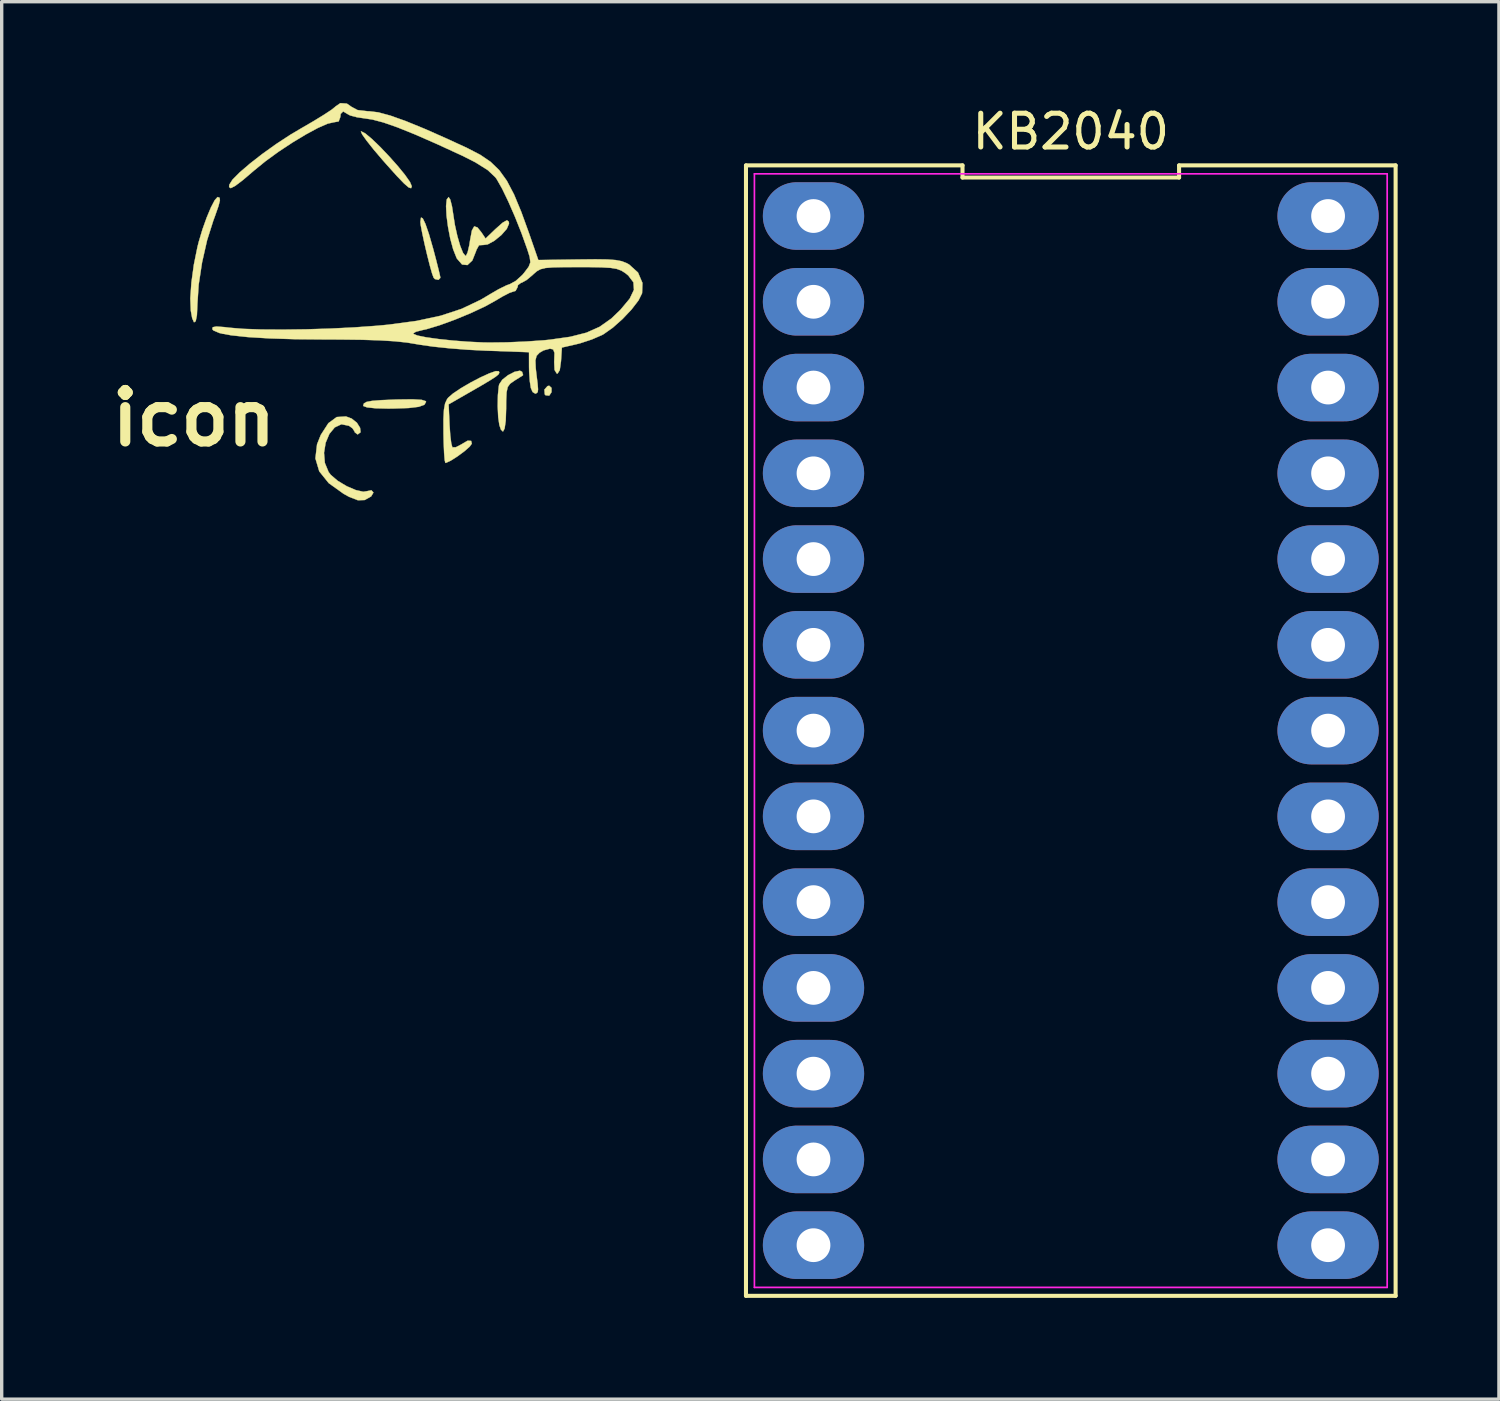
<source format=kicad_pcb>
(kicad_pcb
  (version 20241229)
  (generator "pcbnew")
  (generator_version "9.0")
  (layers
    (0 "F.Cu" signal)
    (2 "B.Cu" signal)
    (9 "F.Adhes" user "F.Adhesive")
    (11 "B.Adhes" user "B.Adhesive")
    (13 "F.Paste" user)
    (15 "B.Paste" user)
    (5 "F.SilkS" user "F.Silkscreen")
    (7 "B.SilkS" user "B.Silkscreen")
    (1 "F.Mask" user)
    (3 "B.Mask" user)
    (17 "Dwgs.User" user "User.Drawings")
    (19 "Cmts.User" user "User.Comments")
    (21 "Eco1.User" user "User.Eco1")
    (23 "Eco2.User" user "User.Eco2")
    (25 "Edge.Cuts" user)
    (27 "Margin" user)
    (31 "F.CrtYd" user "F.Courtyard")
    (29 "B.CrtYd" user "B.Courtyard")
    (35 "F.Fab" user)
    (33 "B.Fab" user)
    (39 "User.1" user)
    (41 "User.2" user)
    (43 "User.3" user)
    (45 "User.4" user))
  (footprint "KB2040"
    (layer "F.Cu")
    (at 28.663 18.588)
    (property "Reference" "KB2040" (at 0 -17.74 0) (layer "F.SilkS") (effects (font (size 1 1) (thickness 0.15))))
    (attr through_hole)
    (fp_line (start -9.62 16.74) (end 9.62 16.74) (stroke (width 0.12) (type solid)) (layer "F.SilkS"))
    (fp_line (start -9.62 -16.74) (end -9.62 16.74) (stroke (width 0.12) (type solid)) (layer "F.SilkS"))
    (fp_line (start -3.207 -16.74) (end -9.62 -16.74) (stroke (width 0.12) (type solid)) (layer "F.SilkS"))
    (fp_line (start -3.207 -16.38) (end -3.207 -16.74) (stroke (width 0.12) (type solid)) (layer "F.SilkS"))
    (fp_line (start 3.207 -16.74) (end 3.207 -16.38) (stroke (width 0.12) (type solid)) (layer "F.SilkS"))
    (fp_line (start 3.207 -16.38) (end -3.207 -16.38) (stroke (width 0.12) (type solid)) (layer "F.SilkS"))
    (fp_line (start 9.62 16.74) (end 9.62 -16.74) (stroke (width 0.12) (type solid)) (layer "F.SilkS"))
    (fp_line (start 9.62 -16.74) (end 3.207 -16.74) (stroke (width 0.12) (type solid)) (layer "F.SilkS"))
    (fp_line (start -9.37 -16.49) (end 9.37 -16.49) (stroke (width 0.05) (type solid)) (layer "F.CrtYd"))
    (fp_line (start -9.37 16.49) (end -9.37 -16.49) (stroke (width 0.05) (type solid)) (layer "F.CrtYd"))
    (fp_line (start 9.37 -16.49) (end 9.37 16.49) (stroke (width 0.05) (type solid)) (layer "F.CrtYd"))
    (fp_line (start 9.37 16.49) (end -9.37 16.49) (stroke (width 0.05) (type solid)) (layer "F.CrtYd"))
    (pad "1" thru_hole oval (at -7.62 -15.24 270) (size 2 3) (drill 1) (layers "*.Cu" "*.Mask"))
    (pad "2" thru_hole oval (at -7.62 -12.7 270) (size 2 3) (drill 1) (layers "*.Cu" "*.Mask"))
    (pad "3" thru_hole oval (at -7.62 -10.16 270) (size 2 3) (drill 1) (layers "*.Cu" "*.Mask"))
    (pad "4" thru_hole oval (at -7.62 -7.62 270) (size 2 3) (drill 1) (layers "*.Cu" "*.Mask"))
    (pad "5" thru_hole oval (at -7.62 -5.08 270) (size 2 3) (drill 1) (layers "*.Cu" "*.Mask"))
    (pad "6" thru_hole oval (at -7.62 -2.54 270) (size 2 3) (drill 1) (layers "*.Cu" "*.Mask"))
    (pad "7" thru_hole oval (at -7.62 0 270) (size 2 3) (drill 1) (layers "*.Cu" "*.Mask"))
    (pad "8" thru_hole oval (at -7.62 2.54 270) (size 2 3) (drill 1) (layers "*.Cu" "*.Mask"))
    (pad "9" thru_hole oval (at -7.62 5.08 270) (size 2 3) (drill 1) (layers "*.Cu" "*.Mask"))
    (pad "10" thru_hole oval (at -7.62 7.62 270) (size 2 3) (drill 1) (layers "*.Cu" "*.Mask"))
    (pad "11" thru_hole oval (at -7.62 10.16 270) (size 2 3) (drill 1) (layers "*.Cu" "*.Mask"))
    (pad "12" thru_hole oval (at -7.62 12.7 270) (size 2 3) (drill 1) (layers "*.Cu" "*.Mask"))
    (pad "13" thru_hole oval (at -7.62 15.24 270) (size 2 3) (drill 1) (layers "*.Cu" "*.Mask"))
    (pad "14" thru_hole oval (at 7.62 -15.24 270) (size 2 3) (drill 1) (layers "*.Cu" "*.Mask"))
    (pad "15" thru_hole oval (at 7.62 -12.7 270) (size 2 3) (drill 1) (layers "*.Cu" "*.Mask"))
    (pad "16" thru_hole oval (at 7.62 -10.16 270) (size 2 3) (drill 1) (layers "*.Cu" "*.Mask"))
    (pad "17" thru_hole oval (at 7.62 -7.62 270) (size 2 3) (drill 1) (layers "*.Cu" "*.Mask"))
    (pad "18" thru_hole oval (at 7.62 -5.08 270) (size 2 3) (drill 1) (layers "*.Cu" "*.Mask"))
    (pad "19" thru_hole oval (at 7.62 -2.54 270) (size 2 3) (drill 1) (layers "*.Cu" "*.Mask"))
    (pad "20" thru_hole oval (at 7.62 0 270) (size 2 3) (drill 1) (layers "*.Cu" "*.Mask"))
    (pad "21" thru_hole oval (at 7.62 2.54 270) (size 2 3) (drill 1) (layers "*.Cu" "*.Mask"))
    (pad "22" thru_hole oval (at 7.62 5.08 270) (size 2 3) (drill 1) (layers "*.Cu" "*.Mask"))
    (pad "23" thru_hole oval (at 7.62 7.62 270) (size 2 3) (drill 1) (layers "*.Cu" "*.Mask"))
    (pad "24" thru_hole oval (at 7.62 10.16 270) (size 2 3) (drill 1) (layers "*.Cu" "*.Mask"))
    (pad "25" thru_hole oval (at 7.62 12.7 270) (size 2 3) (drill 1) (layers "*.Cu" "*.Mask"))
    (pad "26" thru_hole oval (at 7.62 15.24 270) (size 2 3) (drill 1) (layers "*.Cu" "*.Mask")))
  (footprint "icon"
    (layer "F.Cu")
    (at 8.892 6.935)
    (property "Reference" "icon" (at -6.2 2.4 0) (layer "F.SilkS") (effects (font (size 1.524 1.524) (thickness 0.3))))
    (attr through_hole)
    (fp_poly (pts (xy 4.392 1.502) (xy 4.392 1.629) (xy 4.324 1.732) (xy 4.215 1.721) (xy 4.192 1.695) (xy 4.181 1.554) (xy 4.273 1.45) (xy 4.323 1.439) (xy 4.392 1.502)) (stroke (width 0.01) (type solid)) (fill yes) (layer "F.SilkS"))
    (fp_poly (pts (xy -1.126 -6.035) (xy -0.929 -5.871) (xy -0.684 -5.635) (xy -0.421 -5.359) (xy -0.167 -5.074) (xy 0.05 -4.809) (xy 0.199 -4.597) (xy 0.254 -4.468) (xy 0.233 -4.411) (xy 0.161 -4.434) (xy 0.026 -4.55) (xy -0.186 -4.77) (xy -0.488 -5.106) (xy -0.614 -5.249) (xy -0.878 -5.559) (xy -1.083 -5.818) (xy -1.215 -6.003) (xy -1.254 -6.092) (xy -1.247 -6.096) (xy -1.126 -6.035)) (stroke (width 0.01) (type solid)) (fill yes) (layer "F.SilkS"))
    (fp_poly (pts (xy 0.546 1.857) (xy 0.667 1.895) (xy 0.677 1.916) (xy 0.626 2.003) (xy 0.459 2.063) (xy 0.162 2.099) (xy -0.283 2.114) (xy -0.445 2.116) (xy -0.818 2.107) (xy -1.071 2.08) (xy -1.182 2.039) (xy -1.185 2.029) (xy -1.166 1.965) (xy -1.089 1.919) (xy -0.928 1.888) (xy -0.657 1.866) (xy -0.249 1.849) (xy -0.148 1.846) (xy 0.277 1.841) (xy 0.546 1.857)) (stroke (width 0.01) (type solid)) (fill yes) (layer "F.SilkS"))
    (fp_poly (pts (xy 0.579 -3.517) (xy 0.659 -3.35) (xy 0.762 -3.051) (xy 0.882 -2.633) (xy 0.885 -2.624) (xy 0.977 -2.276) (xy 1.049 -1.989) (xy 1.092 -1.804) (xy 1.1 -1.757) (xy 1.044 -1.697) (xy 0.938 -1.72) (xy 0.901 -1.759) (xy 0.855 -1.884) (xy 0.786 -2.128) (xy 0.707 -2.441) (xy 0.628 -2.777) (xy 0.562 -3.086) (xy 0.518 -3.32) (xy 0.508 -3.415) (xy 0.527 -3.543) (xy 0.579 -3.517)) (stroke (width 0.01) (type solid)) (fill yes) (layer "F.SilkS"))
    (fp_poly (pts (xy 3.519 1.025) (xy 3.55 1.12) (xy 3.543 1.132) (xy 3.458 1.186) (xy 3.292 1.29) (xy 3.281 1.298) (xy 3.165 1.38) (xy 3.095 1.477) (xy 3.061 1.631) (xy 3.049 1.884) (xy 3.048 2.119) (xy 3.036 2.475) (xy 3.003 2.705) (xy 2.954 2.797) (xy 2.894 2.74) (xy 2.847 2.603) (xy 2.813 2.368) (xy 2.798 2.046) (xy 2.804 1.714) (xy 2.831 1.451) (xy 2.843 1.397) (xy 2.935 1.26) (xy 3.104 1.127) (xy 3.295 1.028) (xy 3.455 0.994) (xy 3.519 1.025)) (stroke (width 0.01) (type solid)) (fill yes) (layer "F.SilkS"))
    (fp_poly (pts (xy -5.438 -4.128) (xy -5.429 -4.048) (xy -5.472 -3.88) (xy -5.572 -3.594) (xy -5.624 -3.453) (xy -5.809 -2.869) (xy -5.958 -2.211) (xy -6.058 -1.555) (xy -6.096 -0.974) (xy -6.096 -0.964) (xy -6.11 -0.65) (xy -6.146 -0.472) (xy -6.196 -0.439) (xy -6.25 -0.56) (xy -6.291 -0.783) (xy -6.306 -1.147) (xy -6.273 -1.619) (xy -6.201 -2.145) (xy -6.094 -2.672) (xy -6.056 -2.823) (xy -5.947 -3.189) (xy -5.821 -3.541) (xy -5.695 -3.842) (xy -5.583 -4.056) (xy -5.5 -4.148) (xy -5.493 -4.149) (xy -5.438 -4.128)) (stroke (width 0.01) (type solid)) (fill yes) (layer "F.SilkS"))
    (fp_poly (pts (xy -1.526 2.412) (xy -1.372 2.535) (xy -1.278 2.686) (xy -1.263 2.817) (xy -1.344 2.878) (xy -1.355 2.879) (xy -1.437 2.816) (xy -1.439 2.797) (xy -1.505 2.697) (xy -1.609 2.625) (xy -1.83 2.58) (xy -2.027 2.672) (xy -2.187 2.865) (xy -2.298 3.128) (xy -2.346 3.426) (xy -2.321 3.726) (xy -2.21 3.995) (xy -2.145 4.08) (xy -1.939 4.256) (xy -1.675 4.414) (xy -1.406 4.529) (xy -1.183 4.579) (xy -1.082 4.563) (xy -0.942 4.535) (xy -0.882 4.602) (xy -0.947 4.713) (xy -0.953 4.719) (xy -1.143 4.824) (xy -1.343 4.83) (xy -1.602 4.73) (xy -1.762 4.642) (xy -2.207 4.323) (xy -2.487 3.974) (xy -2.601 3.591) (xy -2.552 3.173) (xy -2.442 2.897) (xy -2.217 2.548) (xy -1.969 2.366) (xy -1.695 2.349) (xy -1.526 2.412)) (stroke (width 0.01) (type solid)) (fill yes) (layer "F.SilkS"))
    (fp_poly (pts (xy 2.832 1.009) (xy 2.847 1.052) (xy 2.823 1.101) (xy 2.737 1.173) (xy 2.569 1.281) (xy 2.295 1.444) (xy 1.921 1.659) (xy 1.345 1.99) (xy 1.372 2.598) (xy 1.393 2.904) (xy 1.422 3.141) (xy 1.454 3.26) (xy 1.456 3.263) (xy 1.558 3.261) (xy 1.707 3.184) (xy 1.909 3.066) (xy 2.012 3.073) (xy 2.032 3.154) (xy 1.967 3.244) (xy 1.808 3.383) (xy 1.604 3.533) (xy 1.406 3.659) (xy 1.266 3.723) (xy 1.249 3.725) (xy 1.229 3.647) (xy 1.211 3.434) (xy 1.198 3.122) (xy 1.192 2.849) (xy 1.191 2.433) (xy 1.206 2.15) (xy 1.24 1.963) (xy 1.298 1.838) (xy 1.331 1.794) (xy 1.477 1.667) (xy 1.71 1.511) (xy 1.991 1.347) (xy 2.282 1.195) (xy 2.544 1.075) (xy 2.74 1.006) (xy 2.832 1.009)) (stroke (width 0.01) (type solid)) (fill yes) (layer "F.SilkS"))
    (fp_poly (pts (xy 1.394 -4.072) (xy 1.444 -3.874) (xy 1.477 -3.662) (xy 1.53 -3.322) (xy 1.604 -2.99) (xy 1.688 -2.702) (xy 1.771 -2.496) (xy 1.842 -2.408) (xy 1.859 -2.41) (xy 1.907 -2.511) (xy 1.957 -2.724) (xy 1.981 -2.877) (xy 2.034 -3.159) (xy 2.102 -3.281) (xy 2.198 -3.25) (xy 2.31 -3.111) (xy 2.439 -2.921) (xy 2.726 -3.196) (xy 2.945 -3.391) (xy 3.073 -3.462) (xy 3.127 -3.418) (xy 3.133 -3.361) (xy 3.067 -3.207) (xy 2.906 -3.024) (xy 2.701 -2.856) (xy 2.502 -2.747) (xy 2.383 -2.731) (xy 2.245 -2.722) (xy 2.167 -2.582) (xy 2.159 -2.552) (xy 2.047 -2.271) (xy 1.902 -2.135) (xy 1.743 -2.151) (xy 1.592 -2.325) (xy 1.579 -2.349) (xy 1.479 -2.601) (xy 1.393 -2.918) (xy 1.327 -3.263) (xy 1.283 -3.597) (xy 1.269 -3.882) (xy 1.289 -4.078) (xy 1.345 -4.149) (xy 1.394 -4.072)) (stroke (width 0.01) (type solid)) (fill yes) (layer "F.SilkS"))
    (fp_poly (pts (xy -1.67 -6.917) (xy -1.524 -6.816) (xy -1.351 -6.725) (xy -1.04 -6.689) (xy -1 -6.689) (xy -0.74 -6.658) (xy -0.384 -6.562) (xy 0.079 -6.397) (xy 0.66 -6.159) (xy 1.369 -5.844) (xy 1.908 -5.594) (xy 2.282 -5.4) (xy 2.589 -5.191) (xy 2.845 -4.943) (xy 3.07 -4.63) (xy 3.282 -4.226) (xy 3.497 -3.708) (xy 3.729 -3.068) (xy 4.001 -2.284) (xy 5.203 -2.301) (xy 5.692 -2.306) (xy 6.045 -2.301) (xy 6.293 -2.283) (xy 6.471 -2.249) (xy 6.61 -2.195) (xy 6.688 -2.153) (xy 6.953 -1.914) (xy 7.085 -1.605) (xy 7.074 -1.301) (xy 6.969 -1.089) (xy 6.763 -0.821) (xy 6.496 -0.538) (xy 6.206 -0.28) (xy 5.934 -0.088) (xy 5.886 -0.062) (xy 5.586 0.068) (xy 5.239 0.182) (xy 5.122 0.211) (xy 4.699 0.308) (xy 4.673 0.71) (xy 4.636 0.976) (xy 4.571 1.079) (xy 4.546 1.077) (xy 4.482 0.971) (xy 4.471 0.732) (xy 4.473 0.691) (xy 4.48 0.465) (xy 4.44 0.363) (xy 4.346 0.341) (xy 4.154 0.393) (xy 4.036 0.462) (xy 3.95 0.553) (xy 3.915 0.687) (xy 3.924 0.913) (xy 3.942 1.073) (xy 3.979 1.373) (xy 3.993 1.545) (xy 3.983 1.628) (xy 3.947 1.661) (xy 3.912 1.674) (xy 3.832 1.625) (xy 3.78 1.506) (xy 3.749 1.307) (xy 3.729 1.024) (xy 3.726 0.879) (xy 3.725 0.446) (xy 2.434 0.4) (xy 1.909 0.373) (xy 1.375 0.331) (xy 0.886 0.28) (xy 0.497 0.225) (xy 0.423 0.212) (xy 0.11 0.16) (xy -0.251 0.122) (xy -0.688 0.095) (xy -1.227 0.078) (xy -1.895 0.07) (xy -2.286 0.069) (xy -3.19 0.061) (xy -3.964 0.037) (xy -4.602 -0.002) (xy -5.097 -0.055) (xy -5.386 -0.11) (xy 0.294 -0.11) (xy 0.297 -0.098) (xy 0.424 -0.047) (xy 0.686 0.006) (xy 1.046 0.056) (xy 1.47 0.101) (xy 1.923 0.136) (xy 2.369 0.157) (xy 2.558 0.16) (xy 3.065 0.154) (xy 3.633 0.13) (xy 4.166 0.093) (xy 4.336 0.076) (xy 4.944 -0.01) (xy 5.425 -0.132) (xy 5.818 -0.307) (xy 6.164 -0.552) (xy 6.436 -0.814) (xy 6.707 -1.139) (xy 6.833 -1.402) (xy 6.818 -1.624) (xy 6.664 -1.826) (xy 6.577 -1.897) (xy 6.463 -1.97) (xy 6.331 -2.019) (xy 6.148 -2.051) (xy 5.88 -2.067) (xy 5.495 -2.074) (xy 5.206 -2.074) (xy 4.749 -2.073) (xy 4.428 -2.066) (xy 4.211 -2.048) (xy 4.066 -2.012) (xy 3.96 -1.954) (xy 3.86 -1.868) (xy 3.832 -1.841) (xy 3.653 -1.692) (xy 3.511 -1.613) (xy 3.488 -1.609) (xy 3.398 -1.54) (xy 3.387 -1.482) (xy 3.327 -1.369) (xy 3.276 -1.355) (xy 3.149 -1.312) (xy 2.934 -1.201) (xy 2.747 -1.089) (xy 2.422 -0.909) (xy 1.998 -0.711) (xy 1.531 -0.518) (xy 1.078 -0.353) (xy 0.695 -0.237) (xy 0.568 -0.209) (xy 0.377 -0.16) (xy 0.294 -0.11) (xy -5.386 -0.11) (xy -5.44 -0.121) (xy -5.625 -0.2) (xy -5.654 -0.238) (xy -5.641 -0.295) (xy -5.533 -0.315) (xy -5.3 -0.298) (xy -5.152 -0.28) (xy -4.745 -0.246) (xy -4.206 -0.227) (xy -3.57 -0.223) (xy -2.875 -0.232) (xy -2.157 -0.254) (xy -1.451 -0.289) (xy -0.794 -0.336) (xy -0.45 -0.368) (xy 0.397 -0.481) (xy 1.113 -0.635) (xy 1.734 -0.84) (xy 2.295 -1.107) (xy 2.565 -1.268) (xy 2.826 -1.42) (xy 3.058 -1.534) (xy 3.158 -1.57) (xy 3.332 -1.665) (xy 3.528 -1.843) (xy 3.581 -1.906) (xy 3.714 -2.082) (xy 3.766 -2.216) (xy 3.745 -2.377) (xy 3.675 -2.599) (xy 3.504 -3.077) (xy 3.311 -3.562) (xy 3.113 -4.016) (xy 2.928 -4.399) (xy 2.773 -4.672) (xy 2.733 -4.729) (xy 2.506 -4.945) (xy 2.136 -5.178) (xy 1.746 -5.375) (xy 0.978 -5.728) (xy 0.343 -6.006) (xy -0.173 -6.214) (xy -0.586 -6.358) (xy -0.911 -6.444) (xy -1.095 -6.472) (xy -1.368 -6.512) (xy -1.573 -6.566) (xy -1.641 -6.603) (xy -1.778 -6.685) (xy -1.853 -6.611) (xy -1.863 -6.52) (xy -1.912 -6.389) (xy -2.053 -6.364) (xy -2.238 -6.323) (xy -2.525 -6.197) (xy -2.883 -6.004) (xy -3.282 -5.763) (xy -3.691 -5.493) (xy -4.077 -5.212) (xy -4.409 -4.942) (xy -4.746 -4.654) (xy -4.975 -4.48) (xy -5.108 -4.412) (xy -5.157 -4.445) (xy -5.15 -4.516) (xy -5.056 -4.665) (xy -4.843 -4.88) (xy -4.539 -5.141) (xy -4.17 -5.428) (xy -3.762 -5.72) (xy -3.342 -5.995) (xy -3.021 -6.185) (xy -2.658 -6.396) (xy -2.348 -6.586) (xy -2.122 -6.735) (xy -2.011 -6.825) (xy -2.007 -6.831) (xy -1.862 -6.93) (xy -1.67 -6.917)) (stroke (width 0.01) (type solid)) (fill yes) (layer "F.SilkS")))
  (gr_rect
    (start -3 -3)
    (end 41.343 38.388)
    (stroke (width 0.1) (type default))
    (fill no)
    (layer "Edge.Cuts")))
</source>
